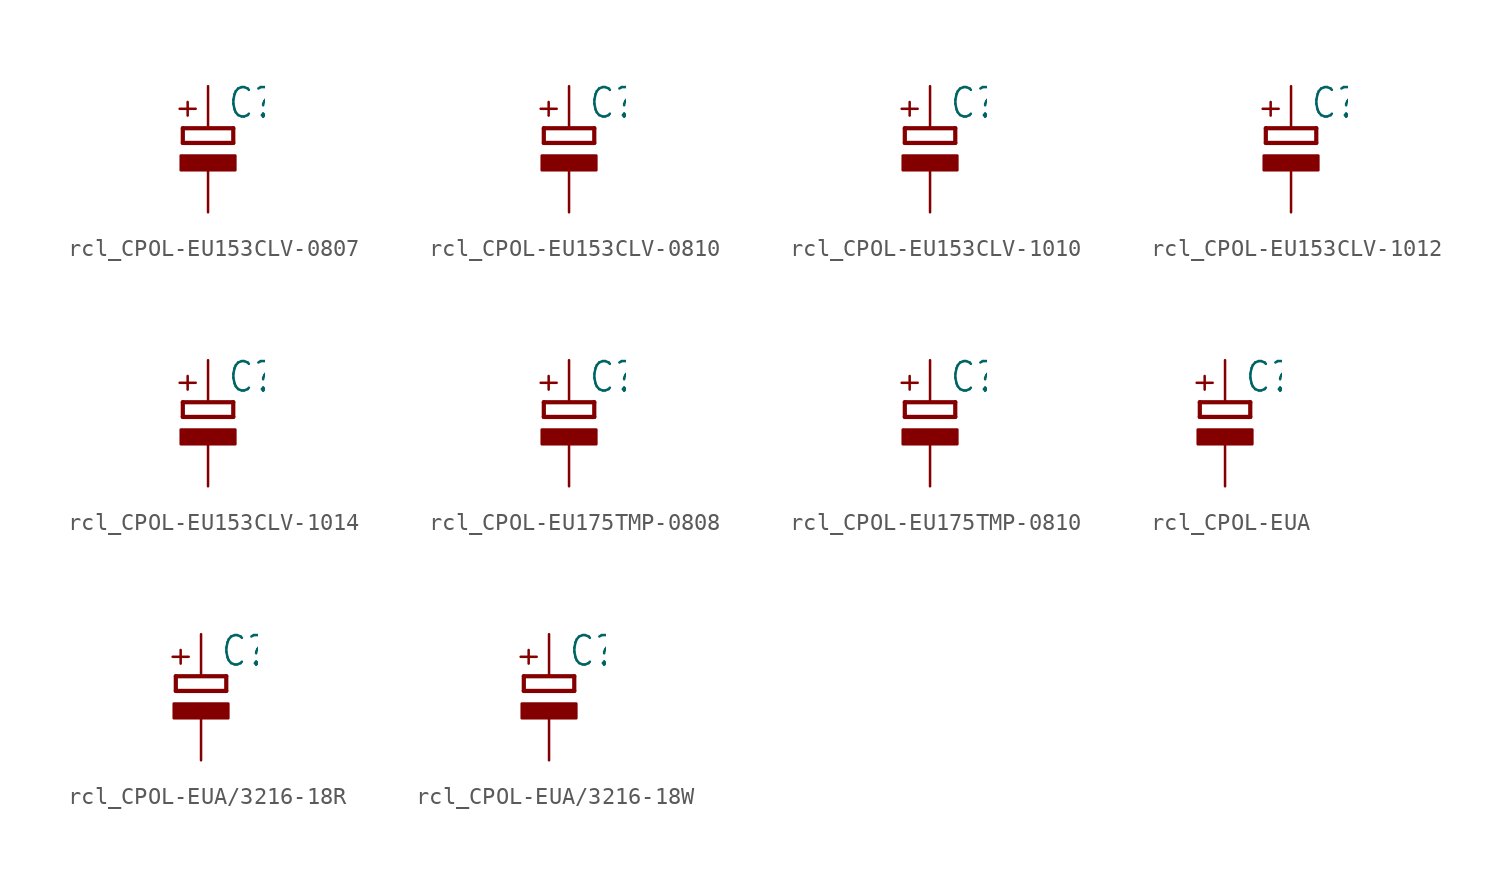
<source format=kicad_sym>
(kicad_symbol_lib
  (version 20231120)
  (generator "kicad_symbol_editor")
  (generator_version "8.0")
  (symbol "rcl_CPOL-EU153CLV-0807"
    (property "Reference" "C"
      (at 1.143 0.483 0)
      (effects (font (size 1.778 1.511)) (justify left bottom)))
    (property "Value" ""
      (at 1.143 -4.597 0)
      (effects (font (size 1.778 1.511)) (justify left bottom)))
    (property "ki_locked" ""
      (at 0 0 0)
      (effects (font (size 1.27 1.27))))
    (symbol "rcl_CPOL-EU153CLV-0807_1_0"
      (rectangle (start -1.651 -2.54) (end 1.651 -1.651) (stroke (width 0) (type default)) (fill (type outline)))
      (polyline (pts (xy -1.524 -0.889) (xy 1.524 -0.889)) (stroke (width 0.254) (type solid)) (fill (type none)))
      (polyline (pts (xy -1.524 0) (xy -1.524 -0.889)) (stroke (width 0.254) (type solid)) (fill (type none)))
      (polyline (pts (xy -1.524 0) (xy 1.524 0)) (stroke (width 0.254) (type solid)) (fill (type none)))
      (polyline (pts (xy 1.524 -0.889) (xy 1.524 0)) (stroke (width 0.254) (type solid)) (fill (type none)))
      (text "+" (at -0.584 0.406 900) (effects (font (size 1.27 1.079)) (justify left bottom)))
      (pin passive line (at 0 2.54 270) (length 2.54) (name "+" (effects (font (size 0 0)))) (number "+" (effects (font (size 0 0)))))
      (pin passive line (at 0 -5.08 90) (length 2.54) (name "-" (effects (font (size 0 0)))) (number "-" (effects (font (size 0 0)))))))
  (symbol "rcl_CPOL-EU153CLV-0810"
    (property "Reference" "C"
      (at 1.143 0.483 0)
      (effects (font (size 1.778 1.511)) (justify left bottom)))
    (property "Value" ""
      (at 1.143 -4.597 0)
      (effects (font (size 1.778 1.511)) (justify left bottom)))
    (property "ki_locked" ""
      (at 0 0 0)
      (effects (font (size 1.27 1.27))))
    (symbol "rcl_CPOL-EU153CLV-0810_1_0"
      (rectangle (start -1.651 -2.54) (end 1.651 -1.651) (stroke (width 0) (type default)) (fill (type outline)))
      (polyline (pts (xy -1.524 -0.889) (xy 1.524 -0.889)) (stroke (width 0.254) (type solid)) (fill (type none)))
      (polyline (pts (xy -1.524 0) (xy -1.524 -0.889)) (stroke (width 0.254) (type solid)) (fill (type none)))
      (polyline (pts (xy -1.524 0) (xy 1.524 0)) (stroke (width 0.254) (type solid)) (fill (type none)))
      (polyline (pts (xy 1.524 -0.889) (xy 1.524 0)) (stroke (width 0.254) (type solid)) (fill (type none)))
      (text "+" (at -0.584 0.406 900) (effects (font (size 1.27 1.079)) (justify left bottom)))
      (pin passive line (at 0 2.54 270) (length 2.54) (name "+" (effects (font (size 0 0)))) (number "+" (effects (font (size 0 0)))))
      (pin passive line (at 0 -5.08 90) (length 2.54) (name "-" (effects (font (size 0 0)))) (number "-" (effects (font (size 0 0)))))))
  (symbol "rcl_CPOL-EU153CLV-1010"
    (property "Reference" "C"
      (at 1.143 0.483 0)
      (effects (font (size 1.778 1.511)) (justify left bottom)))
    (property "Value" ""
      (at 1.143 -4.597 0)
      (effects (font (size 1.778 1.511)) (justify left bottom)))
    (property "ki_locked" ""
      (at 0 0 0)
      (effects (font (size 1.27 1.27))))
    (symbol "rcl_CPOL-EU153CLV-1010_1_0"
      (rectangle (start -1.651 -2.54) (end 1.651 -1.651) (stroke (width 0) (type default)) (fill (type outline)))
      (polyline (pts (xy -1.524 -0.889) (xy 1.524 -0.889)) (stroke (width 0.254) (type solid)) (fill (type none)))
      (polyline (pts (xy -1.524 0) (xy -1.524 -0.889)) (stroke (width 0.254) (type solid)) (fill (type none)))
      (polyline (pts (xy -1.524 0) (xy 1.524 0)) (stroke (width 0.254) (type solid)) (fill (type none)))
      (polyline (pts (xy 1.524 -0.889) (xy 1.524 0)) (stroke (width 0.254) (type solid)) (fill (type none)))
      (text "+" (at -0.584 0.406 900) (effects (font (size 1.27 1.079)) (justify left bottom)))
      (pin passive line (at 0 2.54 270) (length 2.54) (name "+" (effects (font (size 0 0)))) (number "+" (effects (font (size 0 0)))))
      (pin passive line (at 0 -5.08 90) (length 2.54) (name "-" (effects (font (size 0 0)))) (number "-" (effects (font (size 0 0)))))))
  (symbol "rcl_CPOL-EU153CLV-1012"
    (property "Reference" "C"
      (at 1.143 0.483 0)
      (effects (font (size 1.778 1.511)) (justify left bottom)))
    (property "Value" ""
      (at 1.143 -4.597 0)
      (effects (font (size 1.778 1.511)) (justify left bottom)))
    (property "ki_locked" ""
      (at 0 0 0)
      (effects (font (size 1.27 1.27))))
    (symbol "rcl_CPOL-EU153CLV-1012_1_0"
      (rectangle (start -1.651 -2.54) (end 1.651 -1.651) (stroke (width 0) (type default)) (fill (type outline)))
      (polyline (pts (xy -1.524 -0.889) (xy 1.524 -0.889)) (stroke (width 0.254) (type solid)) (fill (type none)))
      (polyline (pts (xy -1.524 0) (xy -1.524 -0.889)) (stroke (width 0.254) (type solid)) (fill (type none)))
      (polyline (pts (xy -1.524 0) (xy 1.524 0)) (stroke (width 0.254) (type solid)) (fill (type none)))
      (polyline (pts (xy 1.524 -0.889) (xy 1.524 0)) (stroke (width 0.254) (type solid)) (fill (type none)))
      (text "+" (at -0.584 0.406 900) (effects (font (size 1.27 1.079)) (justify left bottom)))
      (pin passive line (at 0 2.54 270) (length 2.54) (name "+" (effects (font (size 0 0)))) (number "+" (effects (font (size 0 0)))))
      (pin passive line (at 0 -5.08 90) (length 2.54) (name "-" (effects (font (size 0 0)))) (number "-" (effects (font (size 0 0)))))))
  (symbol "rcl_CPOL-EU153CLV-1014"
    (property "Reference" "C"
      (at 1.143 0.483 0)
      (effects (font (size 1.778 1.511)) (justify left bottom)))
    (property "Value" ""
      (at 1.143 -4.597 0)
      (effects (font (size 1.778 1.511)) (justify left bottom)))
    (property "ki_locked" ""
      (at 0 0 0)
      (effects (font (size 1.27 1.27))))
    (symbol "rcl_CPOL-EU153CLV-1014_1_0"
      (rectangle (start -1.651 -2.54) (end 1.651 -1.651) (stroke (width 0) (type default)) (fill (type outline)))
      (polyline (pts (xy -1.524 -0.889) (xy 1.524 -0.889)) (stroke (width 0.254) (type solid)) (fill (type none)))
      (polyline (pts (xy -1.524 0) (xy -1.524 -0.889)) (stroke (width 0.254) (type solid)) (fill (type none)))
      (polyline (pts (xy -1.524 0) (xy 1.524 0)) (stroke (width 0.254) (type solid)) (fill (type none)))
      (polyline (pts (xy 1.524 -0.889) (xy 1.524 0)) (stroke (width 0.254) (type solid)) (fill (type none)))
      (text "+" (at -0.584 0.406 900) (effects (font (size 1.27 1.079)) (justify left bottom)))
      (pin passive line (at 0 2.54 270) (length 2.54) (name "+" (effects (font (size 0 0)))) (number "+" (effects (font (size 0 0)))))
      (pin passive line (at 0 -5.08 90) (length 2.54) (name "-" (effects (font (size 0 0)))) (number "-" (effects (font (size 0 0)))))))
  (symbol "rcl_CPOL-EU175TMP-0808"
    (property "Reference" "C"
      (at 1.143 0.483 0)
      (effects (font (size 1.778 1.511)) (justify left bottom)))
    (property "Value" ""
      (at 1.143 -4.597 0)
      (effects (font (size 1.778 1.511)) (justify left bottom)))
    (property "ki_locked" ""
      (at 0 0 0)
      (effects (font (size 1.27 1.27))))
    (symbol "rcl_CPOL-EU175TMP-0808_1_0"
      (rectangle (start -1.651 -2.54) (end 1.651 -1.651) (stroke (width 0) (type default)) (fill (type outline)))
      (polyline (pts (xy -1.524 -0.889) (xy 1.524 -0.889)) (stroke (width 0.254) (type solid)) (fill (type none)))
      (polyline (pts (xy -1.524 0) (xy -1.524 -0.889)) (stroke (width 0.254) (type solid)) (fill (type none)))
      (polyline (pts (xy -1.524 0) (xy 1.524 0)) (stroke (width 0.254) (type solid)) (fill (type none)))
      (polyline (pts (xy 1.524 -0.889) (xy 1.524 0)) (stroke (width 0.254) (type solid)) (fill (type none)))
      (text "+" (at -0.584 0.406 900) (effects (font (size 1.27 1.079)) (justify left bottom)))
      (pin passive line (at 0 2.54 270) (length 2.54) (name "+" (effects (font (size 0 0)))) (number "+" (effects (font (size 0 0)))))
      (pin passive line (at 0 -5.08 90) (length 2.54) (name "-" (effects (font (size 0 0)))) (number "-" (effects (font (size 0 0)))))))
  (symbol "rcl_CPOL-EU175TMP-0810"
    (property "Reference" "C"
      (at 1.143 0.483 0)
      (effects (font (size 1.778 1.511)) (justify left bottom)))
    (property "Value" ""
      (at 1.143 -4.597 0)
      (effects (font (size 1.778 1.511)) (justify left bottom)))
    (property "ki_locked" ""
      (at 0 0 0)
      (effects (font (size 1.27 1.27))))
    (symbol "rcl_CPOL-EU175TMP-0810_1_0"
      (rectangle (start -1.651 -2.54) (end 1.651 -1.651) (stroke (width 0) (type default)) (fill (type outline)))
      (polyline (pts (xy -1.524 -0.889) (xy 1.524 -0.889)) (stroke (width 0.254) (type solid)) (fill (type none)))
      (polyline (pts (xy -1.524 0) (xy -1.524 -0.889)) (stroke (width 0.254) (type solid)) (fill (type none)))
      (polyline (pts (xy -1.524 0) (xy 1.524 0)) (stroke (width 0.254) (type solid)) (fill (type none)))
      (polyline (pts (xy 1.524 -0.889) (xy 1.524 0)) (stroke (width 0.254) (type solid)) (fill (type none)))
      (text "+" (at -0.584 0.406 900) (effects (font (size 1.27 1.079)) (justify left bottom)))
      (pin passive line (at 0 2.54 270) (length 2.54) (name "+" (effects (font (size 0 0)))) (number "+" (effects (font (size 0 0)))))
      (pin passive line (at 0 -5.08 90) (length 2.54) (name "-" (effects (font (size 0 0)))) (number "-" (effects (font (size 0 0)))))))
  (symbol "rcl_CPOL-EUA"
    (property "Reference" "C"
      (at 1.143 0.483 0)
      (effects (font (size 1.778 1.511)) (justify left bottom)))
    (property "Value" ""
      (at 1.143 -4.597 0)
      (effects (font (size 1.778 1.511)) (justify left bottom)))
    (property "ki_locked" ""
      (at 0 0 0)
      (effects (font (size 1.27 1.27))))
    (symbol "rcl_CPOL-EUA_1_0"
      (rectangle (start -1.651 -2.54) (end 1.651 -1.651) (stroke (width 0) (type default)) (fill (type outline)))
      (polyline (pts (xy -1.524 -0.889) (xy 1.524 -0.889)) (stroke (width 0.254) (type solid)) (fill (type none)))
      (polyline (pts (xy -1.524 0) (xy -1.524 -0.889)) (stroke (width 0.254) (type solid)) (fill (type none)))
      (polyline (pts (xy -1.524 0) (xy 1.524 0)) (stroke (width 0.254) (type solid)) (fill (type none)))
      (polyline (pts (xy 1.524 -0.889) (xy 1.524 0)) (stroke (width 0.254) (type solid)) (fill (type none)))
      (text "+" (at -0.584 0.406 900) (effects (font (size 1.27 1.079)) (justify left bottom)))
      (pin passive line (at 0 2.54 270) (length 2.54) (name "+" (effects (font (size 0 0)))) (number "+" (effects (font (size 0 0)))))
      (pin passive line (at 0 -5.08 90) (length 2.54) (name "-" (effects (font (size 0 0)))) (number "-" (effects (font (size 0 0)))))))
  (symbol "rcl_CPOL-EUA/3216-18R"
    (property "Reference" "C"
      (at 1.143 0.483 0)
      (effects (font (size 1.778 1.511)) (justify left bottom)))
    (property "Value" ""
      (at 1.143 -4.597 0)
      (effects (font (size 1.778 1.511)) (justify left bottom)))
    (property "ki_locked" ""
      (at 0 0 0)
      (effects (font (size 1.27 1.27))))
    (symbol "rcl_CPOL-EUA/3216-18R_1_0"
      (rectangle (start -1.651 -2.54) (end 1.651 -1.651) (stroke (width 0) (type default)) (fill (type outline)))
      (polyline (pts (xy -1.524 -0.889) (xy 1.524 -0.889)) (stroke (width 0.254) (type solid)) (fill (type none)))
      (polyline (pts (xy -1.524 0) (xy -1.524 -0.889)) (stroke (width 0.254) (type solid)) (fill (type none)))
      (polyline (pts (xy -1.524 0) (xy 1.524 0)) (stroke (width 0.254) (type solid)) (fill (type none)))
      (polyline (pts (xy 1.524 -0.889) (xy 1.524 0)) (stroke (width 0.254) (type solid)) (fill (type none)))
      (text "+" (at -0.584 0.406 900) (effects (font (size 1.27 1.079)) (justify left bottom)))
      (pin passive line (at 0 2.54 270) (length 2.54) (name "+" (effects (font (size 0 0)))) (number "+" (effects (font (size 0 0)))))
      (pin passive line (at 0 -5.08 90) (length 2.54) (name "-" (effects (font (size 0 0)))) (number "-" (effects (font (size 0 0)))))))
  (symbol "rcl_CPOL-EUA/3216-18W"
    (property "Reference" "C"
      (at 1.143 0.483 0)
      (effects (font (size 1.778 1.511)) (justify left bottom)))
    (property "Value" ""
      (at 1.143 -4.597 0)
      (effects (font (size 1.778 1.511)) (justify left bottom)))
    (property "ki_locked" ""
      (at 0 0 0)
      (effects (font (size 1.27 1.27))))
    (symbol "rcl_CPOL-EUA/3216-18W_1_0"
      (rectangle (start -1.651 -2.54) (end 1.651 -1.651) (stroke (width 0) (type default)) (fill (type outline)))
      (polyline (pts (xy -1.524 -0.889) (xy 1.524 -0.889)) (stroke (width 0.254) (type solid)) (fill (type none)))
      (polyline (pts (xy -1.524 0) (xy -1.524 -0.889)) (stroke (width 0.254) (type solid)) (fill (type none)))
      (polyline (pts (xy -1.524 0) (xy 1.524 0)) (stroke (width 0.254) (type solid)) (fill (type none)))
      (polyline (pts (xy 1.524 -0.889) (xy 1.524 0)) (stroke (width 0.254) (type solid)) (fill (type none)))
      (text "+" (at -0.584 0.406 900) (effects (font (size 1.27 1.079)) (justify left bottom)))
      (pin passive line (at 0 2.54 270) (length 2.54) (name "+" (effects (font (size 0 0)))) (number "+" (effects (font (size 0 0)))))
      (pin passive line (at 0 -5.08 90) (length 2.54) (name "-" (effects (font (size 0 0)))) (number "-" (effects (font (size 0 0))))))))
</source>
